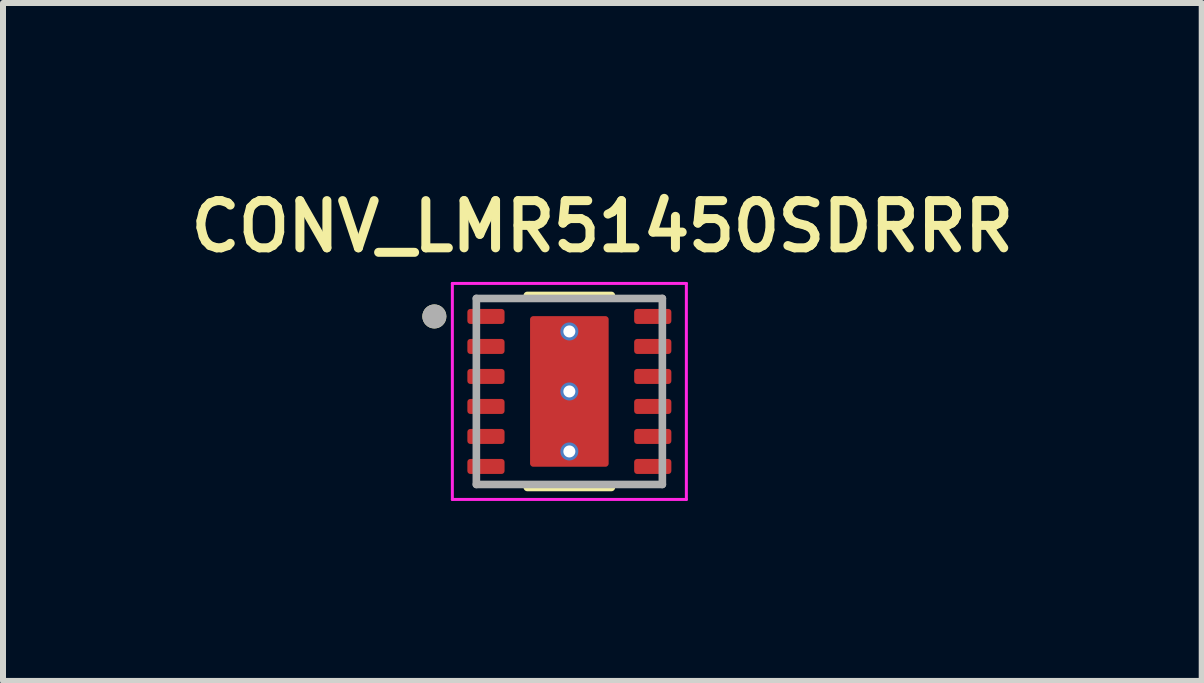
<source format=kicad_pcb>
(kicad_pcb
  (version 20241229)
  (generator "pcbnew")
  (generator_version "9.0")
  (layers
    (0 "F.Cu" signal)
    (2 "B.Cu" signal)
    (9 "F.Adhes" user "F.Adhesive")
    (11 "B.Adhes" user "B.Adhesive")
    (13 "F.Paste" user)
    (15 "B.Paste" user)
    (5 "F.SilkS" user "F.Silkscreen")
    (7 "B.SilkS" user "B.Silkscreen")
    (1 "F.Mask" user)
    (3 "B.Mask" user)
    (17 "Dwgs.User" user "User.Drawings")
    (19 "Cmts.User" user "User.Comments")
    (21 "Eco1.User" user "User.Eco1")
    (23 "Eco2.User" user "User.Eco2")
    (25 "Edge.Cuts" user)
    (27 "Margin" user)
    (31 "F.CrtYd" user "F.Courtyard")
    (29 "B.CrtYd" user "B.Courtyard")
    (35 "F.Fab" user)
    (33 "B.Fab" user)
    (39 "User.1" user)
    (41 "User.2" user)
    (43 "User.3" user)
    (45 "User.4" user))
  (footprint "CONV_LMR51450SDRRR"
    (layer "F.Cu")
    (at 6.439 3.474)
    (property "Reference" "CONV_LMR51450SDRRR" (at 0.55 -2.75 0) (layer "F.SilkS") (effects (font (size 0.787 0.787) (thickness 0.15))))
    (attr smd)
    (fp_poly (pts (xy -1.645 -0.94) (xy -1.135 -0.94) (xy -1.129 -0.94) (xy -1.122 -0.939) (xy -1.116 -0.939) (xy -1.11 -0.937) (xy -1.104 -0.936) (xy -1.098 -0.934) (xy -1.092 -0.932) (xy -1.086 -0.93) (xy -1.081 -0.927) (xy -1.075 -0.924) (xy -1.07 -0.921) (xy -1.064 -0.917) (xy -1.059 -0.913) (xy -1.055 -0.909) (xy -1.05 -0.905) (xy -1.046 -0.9) (xy -1.042 -0.896) (xy -1.038 -0.891) (xy -1.034 -0.885) (xy -1.031 -0.88) (xy -1.028 -0.874) (xy -1.025 -0.869) (xy -1.023 -0.863) (xy -1.021 -0.857) (xy -1.019 -0.851) (xy -1.018 -0.845) (xy -1.016 -0.839) (xy -1.016 -0.833) (xy -1.015 -0.826) (xy -1.015 -0.82) (xy -1.015 -0.68) (xy -1.015 -0.674) (xy -1.016 -0.667) (xy -1.016 -0.661) (xy -1.018 -0.655) (xy -1.019 -0.649) (xy -1.021 -0.643) (xy -1.023 -0.637) (xy -1.025 -0.631) (xy -1.028 -0.626) (xy -1.031 -0.62) (xy -1.034 -0.615) (xy -1.038 -0.609) (xy -1.042 -0.604) (xy -1.046 -0.6) (xy -1.05 -0.595) (xy -1.055 -0.591) (xy -1.059 -0.587) (xy -1.064 -0.583) (xy -1.07 -0.579) (xy -1.075 -0.576) (xy -1.081 -0.573) (xy -1.086 -0.57) (xy -1.092 -0.568) (xy -1.098 -0.566) (xy -1.104 -0.564) (xy -1.11 -0.563) (xy -1.116 -0.561) (xy -1.122 -0.561) (xy -1.129 -0.56) (xy -1.135 -0.56) (xy -1.645 -0.56) (xy -1.651 -0.56) (xy -1.658 -0.561) (xy -1.664 -0.561) (xy -1.67 -0.563) (xy -1.676 -0.564) (xy -1.682 -0.566) (xy -1.688 -0.568) (xy -1.694 -0.57) (xy -1.699 -0.573) (xy -1.705 -0.576) (xy -1.71 -0.579) (xy -1.716 -0.583) (xy -1.721 -0.587) (xy -1.725 -0.591) (xy -1.73 -0.595) (xy -1.734 -0.6) (xy -1.738 -0.604) (xy -1.742 -0.609) (xy -1.746 -0.615) (xy -1.749 -0.62) (xy -1.752 -0.626) (xy -1.755 -0.631) (xy -1.757 -0.637) (xy -1.759 -0.643) (xy -1.761 -0.649) (xy -1.762 -0.655) (xy -1.764 -0.661) (xy -1.764 -0.667) (xy -1.765 -0.674) (xy -1.765 -0.68) (xy -1.765 -0.82) (xy -1.765 -0.826) (xy -1.764 -0.833) (xy -1.764 -0.839) (xy -1.762 -0.845) (xy -1.761 -0.851) (xy -1.759 -0.857) (xy -1.757 -0.863) (xy -1.755 -0.869) (xy -1.752 -0.874) (xy -1.749 -0.88) (xy -1.746 -0.885) (xy -1.742 -0.891) (xy -1.738 -0.896) (xy -1.734 -0.9) (xy -1.73 -0.905) (xy -1.725 -0.909) (xy -1.721 -0.913) (xy -1.716 -0.917) (xy -1.71 -0.921) (xy -1.705 -0.924) (xy -1.699 -0.927) (xy -1.694 -0.93) (xy -1.688 -0.932) (xy -1.682 -0.934) (xy -1.676 -0.936) (xy -1.67 -0.937) (xy -1.664 -0.939) (xy -1.658 -0.939) (xy -1.651 -0.94) (xy -1.645 -0.94)) (stroke (width 0.01) (type solid)) (fill yes) (layer "F.Mask"))
    (fp_poly (pts (xy -1.645 -0.44) (xy -1.135 -0.44) (xy -1.129 -0.44) (xy -1.122 -0.439) (xy -1.116 -0.439) (xy -1.11 -0.437) (xy -1.104 -0.436) (xy -1.098 -0.434) (xy -1.092 -0.432) (xy -1.086 -0.43) (xy -1.081 -0.427) (xy -1.075 -0.424) (xy -1.07 -0.421) (xy -1.064 -0.417) (xy -1.059 -0.413) (xy -1.055 -0.409) (xy -1.05 -0.405) (xy -1.046 -0.4) (xy -1.042 -0.396) (xy -1.038 -0.391) (xy -1.034 -0.385) (xy -1.031 -0.38) (xy -1.028 -0.374) (xy -1.025 -0.369) (xy -1.023 -0.363) (xy -1.021 -0.357) (xy -1.019 -0.351) (xy -1.018 -0.345) (xy -1.016 -0.339) (xy -1.016 -0.333) (xy -1.015 -0.326) (xy -1.015 -0.32) (xy -1.015 -0.18) (xy -1.015 -0.174) (xy -1.016 -0.167) (xy -1.016 -0.161) (xy -1.018 -0.155) (xy -1.019 -0.149) (xy -1.021 -0.143) (xy -1.023 -0.137) (xy -1.025 -0.131) (xy -1.028 -0.126) (xy -1.031 -0.12) (xy -1.034 -0.115) (xy -1.038 -0.109) (xy -1.042 -0.104) (xy -1.046 -0.1) (xy -1.05 -0.095) (xy -1.055 -0.091) (xy -1.059 -0.087) (xy -1.064 -0.083) (xy -1.07 -0.079) (xy -1.075 -0.076) (xy -1.081 -0.073) (xy -1.086 -0.07) (xy -1.092 -0.068) (xy -1.098 -0.066) (xy -1.104 -0.064) (xy -1.11 -0.063) (xy -1.116 -0.061) (xy -1.122 -0.061) (xy -1.129 -0.06) (xy -1.135 -0.06) (xy -1.645 -0.06) (xy -1.651 -0.06) (xy -1.658 -0.061) (xy -1.664 -0.061) (xy -1.67 -0.063) (xy -1.676 -0.064) (xy -1.682 -0.066) (xy -1.688 -0.068) (xy -1.694 -0.07) (xy -1.699 -0.073) (xy -1.705 -0.076) (xy -1.71 -0.079) (xy -1.716 -0.083) (xy -1.721 -0.087) (xy -1.725 -0.091) (xy -1.73 -0.095) (xy -1.734 -0.1) (xy -1.738 -0.104) (xy -1.742 -0.109) (xy -1.746 -0.115) (xy -1.749 -0.12) (xy -1.752 -0.126) (xy -1.755 -0.131) (xy -1.757 -0.137) (xy -1.759 -0.143) (xy -1.761 -0.149) (xy -1.762 -0.155) (xy -1.764 -0.161) (xy -1.764 -0.167) (xy -1.765 -0.174) (xy -1.765 -0.18) (xy -1.765 -0.32) (xy -1.765 -0.326) (xy -1.764 -0.333) (xy -1.764 -0.339) (xy -1.762 -0.345) (xy -1.761 -0.351) (xy -1.759 -0.357) (xy -1.757 -0.363) (xy -1.755 -0.369) (xy -1.752 -0.374) (xy -1.749 -0.38) (xy -1.746 -0.385) (xy -1.742 -0.391) (xy -1.738 -0.396) (xy -1.734 -0.4) (xy -1.73 -0.405) (xy -1.725 -0.409) (xy -1.721 -0.413) (xy -1.716 -0.417) (xy -1.71 -0.421) (xy -1.705 -0.424) (xy -1.699 -0.427) (xy -1.694 -0.43) (xy -1.688 -0.432) (xy -1.682 -0.434) (xy -1.676 -0.436) (xy -1.67 -0.437) (xy -1.664 -0.439) (xy -1.658 -0.439) (xy -1.651 -0.44) (xy -1.645 -0.44)) (stroke (width 0.01) (type solid)) (fill yes) (layer "F.Mask"))
    (fp_poly (pts (xy -1.645 0.56) (xy -1.135 0.56) (xy -1.129 0.56) (xy -1.122 0.561) (xy -1.116 0.561) (xy -1.11 0.563) (xy -1.104 0.564) (xy -1.098 0.566) (xy -1.092 0.568) (xy -1.086 0.57) (xy -1.081 0.573) (xy -1.075 0.576) (xy -1.07 0.579) (xy -1.064 0.583) (xy -1.059 0.587) (xy -1.055 0.591) (xy -1.05 0.595) (xy -1.046 0.6) (xy -1.042 0.604) (xy -1.038 0.609) (xy -1.034 0.615) (xy -1.031 0.62) (xy -1.028 0.626) (xy -1.025 0.631) (xy -1.023 0.637) (xy -1.021 0.643) (xy -1.019 0.649) (xy -1.018 0.655) (xy -1.016 0.661) (xy -1.016 0.667) (xy -1.015 0.674) (xy -1.015 0.68) (xy -1.015 0.82) (xy -1.015 0.826) (xy -1.016 0.833) (xy -1.016 0.839) (xy -1.018 0.845) (xy -1.019 0.851) (xy -1.021 0.857) (xy -1.023 0.863) (xy -1.025 0.869) (xy -1.028 0.874) (xy -1.031 0.88) (xy -1.034 0.885) (xy -1.038 0.891) (xy -1.042 0.896) (xy -1.046 0.9) (xy -1.05 0.905) (xy -1.055 0.909) (xy -1.059 0.913) (xy -1.064 0.917) (xy -1.07 0.921) (xy -1.075 0.924) (xy -1.081 0.927) (xy -1.086 0.93) (xy -1.092 0.932) (xy -1.098 0.934) (xy -1.104 0.936) (xy -1.11 0.937) (xy -1.116 0.939) (xy -1.122 0.939) (xy -1.129 0.94) (xy -1.135 0.94) (xy -1.645 0.94) (xy -1.651 0.94) (xy -1.658 0.939) (xy -1.664 0.939) (xy -1.67 0.937) (xy -1.676 0.936) (xy -1.682 0.934) (xy -1.688 0.932) (xy -1.694 0.93) (xy -1.699 0.927) (xy -1.705 0.924) (xy -1.71 0.921) (xy -1.716 0.917) (xy -1.721 0.913) (xy -1.725 0.909) (xy -1.73 0.905) (xy -1.734 0.9) (xy -1.738 0.896) (xy -1.742 0.891) (xy -1.746 0.885) (xy -1.749 0.88) (xy -1.752 0.874) (xy -1.755 0.869) (xy -1.757 0.863) (xy -1.759 0.857) (xy -1.761 0.851) (xy -1.762 0.845) (xy -1.764 0.839) (xy -1.764 0.833) (xy -1.765 0.826) (xy -1.765 0.82) (xy -1.765 0.68) (xy -1.765 0.674) (xy -1.764 0.667) (xy -1.764 0.661) (xy -1.762 0.655) (xy -1.761 0.649) (xy -1.759 0.643) (xy -1.757 0.637) (xy -1.755 0.631) (xy -1.752 0.626) (xy -1.749 0.62) (xy -1.746 0.615) (xy -1.742 0.609) (xy -1.738 0.604) (xy -1.734 0.6) (xy -1.73 0.595) (xy -1.725 0.591) (xy -1.721 0.587) (xy -1.716 0.583) (xy -1.71 0.579) (xy -1.705 0.576) (xy -1.699 0.573) (xy -1.694 0.57) (xy -1.688 0.568) (xy -1.682 0.566) (xy -1.676 0.564) (xy -1.67 0.563) (xy -1.664 0.561) (xy -1.658 0.561) (xy -1.651 0.56) (xy -1.645 0.56)) (stroke (width 0.01) (type solid)) (fill yes) (layer "F.Mask"))
    (fp_poly (pts (xy -1.645 1.06) (xy -1.135 1.06) (xy -1.129 1.06) (xy -1.122 1.061) (xy -1.116 1.061) (xy -1.11 1.063) (xy -1.104 1.064) (xy -1.098 1.066) (xy -1.092 1.068) (xy -1.086 1.07) (xy -1.081 1.073) (xy -1.075 1.076) (xy -1.07 1.079) (xy -1.064 1.083) (xy -1.059 1.087) (xy -1.055 1.091) (xy -1.05 1.095) (xy -1.046 1.1) (xy -1.042 1.104) (xy -1.038 1.109) (xy -1.034 1.115) (xy -1.031 1.12) (xy -1.028 1.126) (xy -1.025 1.131) (xy -1.023 1.137) (xy -1.021 1.143) (xy -1.019 1.149) (xy -1.018 1.155) (xy -1.016 1.161) (xy -1.016 1.167) (xy -1.015 1.174) (xy -1.015 1.18) (xy -1.015 1.32) (xy -1.015 1.326) (xy -1.016 1.333) (xy -1.016 1.339) (xy -1.018 1.345) (xy -1.019 1.351) (xy -1.021 1.357) (xy -1.023 1.363) (xy -1.025 1.369) (xy -1.028 1.374) (xy -1.031 1.38) (xy -1.034 1.385) (xy -1.038 1.391) (xy -1.042 1.396) (xy -1.046 1.4) (xy -1.05 1.405) (xy -1.055 1.409) (xy -1.059 1.413) (xy -1.064 1.417) (xy -1.07 1.421) (xy -1.075 1.424) (xy -1.081 1.427) (xy -1.086 1.43) (xy -1.092 1.432) (xy -1.098 1.434) (xy -1.104 1.436) (xy -1.11 1.437) (xy -1.116 1.439) (xy -1.122 1.439) (xy -1.129 1.44) (xy -1.135 1.44) (xy -1.645 1.44) (xy -1.651 1.44) (xy -1.658 1.439) (xy -1.664 1.439) (xy -1.67 1.437) (xy -1.676 1.436) (xy -1.682 1.434) (xy -1.688 1.432) (xy -1.694 1.43) (xy -1.699 1.427) (xy -1.705 1.424) (xy -1.71 1.421) (xy -1.716 1.417) (xy -1.721 1.413) (xy -1.725 1.409) (xy -1.73 1.405) (xy -1.734 1.4) (xy -1.738 1.396) (xy -1.742 1.391) (xy -1.746 1.385) (xy -1.749 1.38) (xy -1.752 1.374) (xy -1.755 1.369) (xy -1.757 1.363) (xy -1.759 1.357) (xy -1.761 1.351) (xy -1.762 1.345) (xy -1.764 1.339) (xy -1.764 1.333) (xy -1.765 1.326) (xy -1.765 1.32) (xy -1.765 1.18) (xy -1.765 1.174) (xy -1.764 1.167) (xy -1.764 1.161) (xy -1.762 1.155) (xy -1.761 1.149) (xy -1.759 1.143) (xy -1.757 1.137) (xy -1.755 1.131) (xy -1.752 1.126) (xy -1.749 1.12) (xy -1.746 1.115) (xy -1.742 1.109) (xy -1.738 1.104) (xy -1.734 1.1) (xy -1.73 1.095) (xy -1.725 1.091) (xy -1.721 1.087) (xy -1.716 1.083) (xy -1.71 1.079) (xy -1.705 1.076) (xy -1.699 1.073) (xy -1.694 1.07) (xy -1.688 1.068) (xy -1.682 1.066) (xy -1.676 1.064) (xy -1.67 1.063) (xy -1.664 1.061) (xy -1.658 1.061) (xy -1.651 1.06) (xy -1.645 1.06)) (stroke (width 0.01) (type solid)) (fill yes) (layer "F.Mask"))
    (fp_poly (pts (xy -1.015 -1.32) (xy -1.015 -1.18) (xy -1.015 -1.174) (xy -1.016 -1.167) (xy -1.016 -1.161) (xy -1.018 -1.155) (xy -1.019 -1.149) (xy -1.021 -1.143) (xy -1.023 -1.137) (xy -1.025 -1.131) (xy -1.028 -1.126) (xy -1.031 -1.12) (xy -1.034 -1.115) (xy -1.038 -1.109) (xy -1.042 -1.104) (xy -1.046 -1.1) (xy -1.05 -1.095) (xy -1.055 -1.091) (xy -1.059 -1.087) (xy -1.064 -1.083) (xy -1.07 -1.079) (xy -1.075 -1.076) (xy -1.081 -1.073) (xy -1.086 -1.07) (xy -1.092 -1.068) (xy -1.098 -1.066) (xy -1.104 -1.064) (xy -1.11 -1.063) (xy -1.116 -1.061) (xy -1.122 -1.061) (xy -1.129 -1.06) (xy -1.135 -1.06) (xy -1.645 -1.06) (xy -1.651 -1.06) (xy -1.658 -1.061) (xy -1.664 -1.061) (xy -1.67 -1.063) (xy -1.676 -1.064) (xy -1.682 -1.066) (xy -1.688 -1.068) (xy -1.694 -1.07) (xy -1.699 -1.073) (xy -1.705 -1.076) (xy -1.71 -1.079) (xy -1.716 -1.083) (xy -1.721 -1.087) (xy -1.725 -1.091) (xy -1.73 -1.095) (xy -1.734 -1.1) (xy -1.738 -1.104) (xy -1.742 -1.109) (xy -1.746 -1.115) (xy -1.749 -1.12) (xy -1.752 -1.126) (xy -1.755 -1.131) (xy -1.757 -1.137) (xy -1.759 -1.143) (xy -1.761 -1.149) (xy -1.762 -1.155) (xy -1.764 -1.161) (xy -1.764 -1.167) (xy -1.765 -1.174) (xy -1.765 -1.18) (xy -1.765 -1.32) (xy -1.765 -1.326) (xy -1.764 -1.333) (xy -1.764 -1.339) (xy -1.762 -1.345) (xy -1.761 -1.351) (xy -1.759 -1.357) (xy -1.757 -1.363) (xy -1.755 -1.369) (xy -1.752 -1.374) (xy -1.749 -1.38) (xy -1.746 -1.385) (xy -1.742 -1.391) (xy -1.738 -1.396) (xy -1.734 -1.4) (xy -1.73 -1.405) (xy -1.725 -1.409) (xy -1.721 -1.413) (xy -1.716 -1.417) (xy -1.71 -1.421) (xy -1.705 -1.424) (xy -1.699 -1.427) (xy -1.694 -1.43) (xy -1.688 -1.432) (xy -1.682 -1.434) (xy -1.676 -1.436) (xy -1.67 -1.437) (xy -1.664 -1.439) (xy -1.658 -1.439) (xy -1.651 -1.44) (xy -1.645 -1.44) (xy -1.135 -1.44) (xy -1.129 -1.44) (xy -1.122 -1.439) (xy -1.116 -1.439) (xy -1.11 -1.437) (xy -1.104 -1.436) (xy -1.098 -1.434) (xy -1.092 -1.432) (xy -1.086 -1.43) (xy -1.081 -1.427) (xy -1.075 -1.424) (xy -1.07 -1.421) (xy -1.064 -1.417) (xy -1.059 -1.413) (xy -1.055 -1.409) (xy -1.05 -1.405) (xy -1.046 -1.4) (xy -1.042 -1.396) (xy -1.038 -1.391) (xy -1.034 -1.385) (xy -1.031 -1.38) (xy -1.028 -1.374) (xy -1.025 -1.369) (xy -1.023 -1.363) (xy -1.021 -1.357) (xy -1.019 -1.351) (xy -1.018 -1.345) (xy -1.016 -1.339) (xy -1.016 -1.333) (xy -1.015 -1.326) (xy -1.015 -1.32)) (stroke (width 0.01) (type solid)) (fill yes) (layer "F.Mask"))
    (fp_poly (pts (xy -1.015 0.18) (xy -1.015 0.32) (xy -1.015 0.326) (xy -1.016 0.333) (xy -1.016 0.339) (xy -1.018 0.345) (xy -1.019 0.351) (xy -1.021 0.357) (xy -1.023 0.363) (xy -1.025 0.369) (xy -1.028 0.374) (xy -1.031 0.38) (xy -1.034 0.385) (xy -1.038 0.391) (xy -1.042 0.396) (xy -1.046 0.4) (xy -1.05 0.405) (xy -1.055 0.409) (xy -1.059 0.413) (xy -1.064 0.417) (xy -1.07 0.421) (xy -1.075 0.424) (xy -1.081 0.427) (xy -1.086 0.43) (xy -1.092 0.432) (xy -1.098 0.434) (xy -1.104 0.436) (xy -1.11 0.437) (xy -1.116 0.439) (xy -1.122 0.439) (xy -1.129 0.44) (xy -1.135 0.44) (xy -1.645 0.44) (xy -1.651 0.44) (xy -1.658 0.439) (xy -1.664 0.439) (xy -1.67 0.437) (xy -1.676 0.436) (xy -1.682 0.434) (xy -1.688 0.432) (xy -1.694 0.43) (xy -1.699 0.427) (xy -1.705 0.424) (xy -1.71 0.421) (xy -1.716 0.417) (xy -1.721 0.413) (xy -1.725 0.409) (xy -1.73 0.405) (xy -1.734 0.4) (xy -1.738 0.396) (xy -1.742 0.391) (xy -1.746 0.385) (xy -1.749 0.38) (xy -1.752 0.374) (xy -1.755 0.369) (xy -1.757 0.363) (xy -1.759 0.357) (xy -1.761 0.351) (xy -1.762 0.345) (xy -1.764 0.339) (xy -1.764 0.333) (xy -1.765 0.326) (xy -1.765 0.32) (xy -1.765 0.18) (xy -1.765 0.174) (xy -1.764 0.167) (xy -1.764 0.161) (xy -1.762 0.155) (xy -1.761 0.149) (xy -1.759 0.143) (xy -1.757 0.137) (xy -1.755 0.131) (xy -1.752 0.126) (xy -1.749 0.12) (xy -1.746 0.115) (xy -1.742 0.109) (xy -1.738 0.104) (xy -1.734 0.1) (xy -1.73 0.095) (xy -1.725 0.091) (xy -1.721 0.087) (xy -1.716 0.083) (xy -1.71 0.079) (xy -1.705 0.076) (xy -1.699 0.073) (xy -1.694 0.07) (xy -1.688 0.068) (xy -1.682 0.066) (xy -1.676 0.064) (xy -1.67 0.063) (xy -1.664 0.061) (xy -1.658 0.061) (xy -1.651 0.06) (xy -1.645 0.06) (xy -1.135 0.06) (xy -1.129 0.06) (xy -1.122 0.061) (xy -1.116 0.061) (xy -1.11 0.063) (xy -1.104 0.064) (xy -1.098 0.066) (xy -1.092 0.068) (xy -1.086 0.07) (xy -1.081 0.073) (xy -1.075 0.076) (xy -1.07 0.079) (xy -1.064 0.083) (xy -1.059 0.087) (xy -1.055 0.091) (xy -1.05 0.095) (xy -1.046 0.1) (xy -1.042 0.104) (xy -1.038 0.109) (xy -1.034 0.115) (xy -1.031 0.12) (xy -1.028 0.126) (xy -1.025 0.131) (xy -1.023 0.137) (xy -1.021 0.143) (xy -1.019 0.149) (xy -1.018 0.155) (xy -1.016 0.161) (xy -1.016 0.167) (xy -1.015 0.174) (xy -1.015 0.18)) (stroke (width 0.01) (type solid)) (fill yes) (layer "F.Mask"))
    (fp_poly (pts (xy -0.6 -1.32) (xy -0.606 -1.32) (xy -0.613 -1.319) (xy -0.619 -1.319) (xy -0.625 -1.317) (xy -0.631 -1.316) (xy -0.637 -1.314) (xy -0.643 -1.312) (xy -0.649 -1.31) (xy -0.654 -1.307) (xy -0.66 -1.304) (xy -0.665 -1.301) (xy -0.671 -1.297) (xy -0.676 -1.293) (xy -0.68 -1.289) (xy -0.685 -1.285) (xy -0.689 -1.28) (xy -0.693 -1.276) (xy -0.697 -1.271) (xy -0.701 -1.265) (xy -0.704 -1.26) (xy -0.707 -1.254) (xy -0.71 -1.249) (xy -0.712 -1.243) (xy -0.714 -1.237) (xy -0.716 -1.231) (xy -0.717 -1.225) (xy -0.719 -1.219) (xy -0.719 -1.213) (xy -0.72 -1.206) (xy -0.72 -1.2) (xy -0.72 1.2) (xy -0.72 1.206) (xy -0.719 1.213) (xy -0.719 1.219) (xy -0.717 1.225) (xy -0.716 1.231) (xy -0.714 1.237) (xy -0.712 1.243) (xy -0.71 1.249) (xy -0.707 1.254) (xy -0.704 1.26) (xy -0.701 1.265) (xy -0.697 1.271) (xy -0.693 1.276) (xy -0.689 1.28) (xy -0.685 1.285) (xy -0.68 1.289) (xy -0.676 1.293) (xy -0.671 1.297) (xy -0.665 1.301) (xy -0.66 1.304) (xy -0.654 1.307) (xy -0.649 1.31) (xy -0.643 1.312) (xy -0.637 1.314) (xy -0.631 1.316) (xy -0.625 1.317) (xy -0.619 1.319) (xy -0.613 1.319) (xy -0.606 1.32) (xy -0.6 1.32) (xy 0.6 1.32) (xy 0.606 1.32) (xy 0.613 1.319) (xy 0.619 1.319) (xy 0.625 1.317) (xy 0.631 1.316) (xy 0.637 1.314) (xy 0.643 1.312) (xy 0.649 1.31) (xy 0.654 1.307) (xy 0.66 1.304) (xy 0.665 1.301) (xy 0.671 1.297) (xy 0.676 1.293) (xy 0.68 1.289) (xy 0.685 1.285) (xy 0.689 1.28) (xy 0.693 1.276) (xy 0.697 1.271) (xy 0.701 1.265) (xy 0.704 1.26) (xy 0.707 1.254) (xy 0.71 1.249) (xy 0.712 1.243) (xy 0.714 1.237) (xy 0.716 1.231) (xy 0.717 1.225) (xy 0.719 1.219) (xy 0.719 1.213) (xy 0.72 1.206) (xy 0.72 1.2) (xy 0.72 -1.2) (xy 0.72 -1.206) (xy 0.719 -1.213) (xy 0.719 -1.219) (xy 0.717 -1.225) (xy 0.716 -1.231) (xy 0.714 -1.237) (xy 0.712 -1.243) (xy 0.71 -1.249) (xy 0.707 -1.254) (xy 0.704 -1.26) (xy 0.701 -1.265) (xy 0.697 -1.271) (xy 0.693 -1.276) (xy 0.689 -1.28) (xy 0.685 -1.285) (xy 0.68 -1.289) (xy 0.676 -1.293) (xy 0.671 -1.297) (xy 0.665 -1.301) (xy 0.66 -1.304) (xy 0.654 -1.307) (xy 0.649 -1.31) (xy 0.643 -1.312) (xy 0.637 -1.314) (xy 0.631 -1.316) (xy 0.625 -1.317) (xy 0.619 -1.319) (xy 0.613 -1.319) (xy 0.606 -1.32) (xy 0.6 -1.32) (xy -0.6 -1.32)) (stroke (width 0.01) (type solid)) (fill yes) (layer "F.Mask"))
    (fp_poly (pts (xy 1.015 -1.32) (xy 1.015 -1.18) (xy 1.015 -1.174) (xy 1.016 -1.167) (xy 1.016 -1.161) (xy 1.018 -1.155) (xy 1.019 -1.149) (xy 1.021 -1.143) (xy 1.023 -1.137) (xy 1.025 -1.131) (xy 1.028 -1.126) (xy 1.031 -1.12) (xy 1.034 -1.115) (xy 1.038 -1.109) (xy 1.042 -1.104) (xy 1.046 -1.1) (xy 1.05 -1.095) (xy 1.055 -1.091) (xy 1.059 -1.087) (xy 1.064 -1.083) (xy 1.07 -1.079) (xy 1.075 -1.076) (xy 1.081 -1.073) (xy 1.086 -1.07) (xy 1.092 -1.068) (xy 1.098 -1.066) (xy 1.104 -1.064) (xy 1.11 -1.063) (xy 1.116 -1.061) (xy 1.122 -1.061) (xy 1.129 -1.06) (xy 1.135 -1.06) (xy 1.645 -1.06) (xy 1.651 -1.06) (xy 1.658 -1.061) (xy 1.664 -1.061) (xy 1.67 -1.063) (xy 1.676 -1.064) (xy 1.682 -1.066) (xy 1.688 -1.068) (xy 1.694 -1.07) (xy 1.699 -1.073) (xy 1.705 -1.076) (xy 1.71 -1.079) (xy 1.716 -1.083) (xy 1.721 -1.087) (xy 1.725 -1.091) (xy 1.73 -1.095) (xy 1.734 -1.1) (xy 1.738 -1.104) (xy 1.742 -1.109) (xy 1.746 -1.115) (xy 1.749 -1.12) (xy 1.752 -1.126) (xy 1.755 -1.131) (xy 1.757 -1.137) (xy 1.759 -1.143) (xy 1.761 -1.149) (xy 1.762 -1.155) (xy 1.764 -1.161) (xy 1.764 -1.167) (xy 1.765 -1.174) (xy 1.765 -1.18) (xy 1.765 -1.32) (xy 1.765 -1.326) (xy 1.764 -1.333) (xy 1.764 -1.339) (xy 1.762 -1.345) (xy 1.761 -1.351) (xy 1.759 -1.357) (xy 1.757 -1.363) (xy 1.755 -1.369) (xy 1.752 -1.374) (xy 1.749 -1.38) (xy 1.746 -1.385) (xy 1.742 -1.391) (xy 1.738 -1.396) (xy 1.734 -1.4) (xy 1.73 -1.405) (xy 1.725 -1.409) (xy 1.721 -1.413) (xy 1.716 -1.417) (xy 1.71 -1.421) (xy 1.705 -1.424) (xy 1.699 -1.427) (xy 1.694 -1.43) (xy 1.688 -1.432) (xy 1.682 -1.434) (xy 1.676 -1.436) (xy 1.67 -1.437) (xy 1.664 -1.439) (xy 1.658 -1.439) (xy 1.651 -1.44) (xy 1.645 -1.44) (xy 1.135 -1.44) (xy 1.129 -1.44) (xy 1.122 -1.439) (xy 1.116 -1.439) (xy 1.11 -1.437) (xy 1.104 -1.436) (xy 1.098 -1.434) (xy 1.092 -1.432) (xy 1.086 -1.43) (xy 1.081 -1.427) (xy 1.075 -1.424) (xy 1.07 -1.421) (xy 1.064 -1.417) (xy 1.059 -1.413) (xy 1.055 -1.409) (xy 1.05 -1.405) (xy 1.046 -1.4) (xy 1.042 -1.396) (xy 1.038 -1.391) (xy 1.034 -1.385) (xy 1.031 -1.38) (xy 1.028 -1.374) (xy 1.025 -1.369) (xy 1.023 -1.363) (xy 1.021 -1.357) (xy 1.019 -1.351) (xy 1.018 -1.345) (xy 1.016 -1.339) (xy 1.016 -1.333) (xy 1.015 -1.326) (xy 1.015 -1.32)) (stroke (width 0.01) (type solid)) (fill yes) (layer "F.Mask"))
    (fp_poly (pts (xy 1.015 0.18) (xy 1.015 0.32) (xy 1.015 0.326) (xy 1.016 0.333) (xy 1.016 0.339) (xy 1.018 0.345) (xy 1.019 0.351) (xy 1.021 0.357) (xy 1.023 0.363) (xy 1.025 0.369) (xy 1.028 0.374) (xy 1.031 0.38) (xy 1.034 0.385) (xy 1.038 0.391) (xy 1.042 0.396) (xy 1.046 0.4) (xy 1.05 0.405) (xy 1.055 0.409) (xy 1.059 0.413) (xy 1.064 0.417) (xy 1.07 0.421) (xy 1.075 0.424) (xy 1.081 0.427) (xy 1.086 0.43) (xy 1.092 0.432) (xy 1.098 0.434) (xy 1.104 0.436) (xy 1.11 0.437) (xy 1.116 0.439) (xy 1.122 0.439) (xy 1.129 0.44) (xy 1.135 0.44) (xy 1.645 0.44) (xy 1.651 0.44) (xy 1.658 0.439) (xy 1.664 0.439) (xy 1.67 0.437) (xy 1.676 0.436) (xy 1.682 0.434) (xy 1.688 0.432) (xy 1.694 0.43) (xy 1.699 0.427) (xy 1.705 0.424) (xy 1.71 0.421) (xy 1.716 0.417) (xy 1.721 0.413) (xy 1.725 0.409) (xy 1.73 0.405) (xy 1.734 0.4) (xy 1.738 0.396) (xy 1.742 0.391) (xy 1.746 0.385) (xy 1.749 0.38) (xy 1.752 0.374) (xy 1.755 0.369) (xy 1.757 0.363) (xy 1.759 0.357) (xy 1.761 0.351) (xy 1.762 0.345) (xy 1.764 0.339) (xy 1.764 0.333) (xy 1.765 0.326) (xy 1.765 0.32) (xy 1.765 0.18) (xy 1.765 0.174) (xy 1.764 0.167) (xy 1.764 0.161) (xy 1.762 0.155) (xy 1.761 0.149) (xy 1.759 0.143) (xy 1.757 0.137) (xy 1.755 0.131) (xy 1.752 0.126) (xy 1.749 0.12) (xy 1.746 0.115) (xy 1.742 0.109) (xy 1.738 0.104) (xy 1.734 0.1) (xy 1.73 0.095) (xy 1.725 0.091) (xy 1.721 0.087) (xy 1.716 0.083) (xy 1.71 0.079) (xy 1.705 0.076) (xy 1.699 0.073) (xy 1.694 0.07) (xy 1.688 0.068) (xy 1.682 0.066) (xy 1.676 0.064) (xy 1.67 0.063) (xy 1.664 0.061) (xy 1.658 0.061) (xy 1.651 0.06) (xy 1.645 0.06) (xy 1.135 0.06) (xy 1.129 0.06) (xy 1.122 0.061) (xy 1.116 0.061) (xy 1.11 0.063) (xy 1.104 0.064) (xy 1.098 0.066) (xy 1.092 0.068) (xy 1.086 0.07) (xy 1.081 0.073) (xy 1.075 0.076) (xy 1.07 0.079) (xy 1.064 0.083) (xy 1.059 0.087) (xy 1.055 0.091) (xy 1.05 0.095) (xy 1.046 0.1) (xy 1.042 0.104) (xy 1.038 0.109) (xy 1.034 0.115) (xy 1.031 0.12) (xy 1.028 0.126) (xy 1.025 0.131) (xy 1.023 0.137) (xy 1.021 0.143) (xy 1.019 0.149) (xy 1.018 0.155) (xy 1.016 0.161) (xy 1.016 0.167) (xy 1.015 0.174) (xy 1.015 0.18)) (stroke (width 0.01) (type solid)) (fill yes) (layer "F.Mask"))
    (fp_poly (pts (xy 1.645 -0.94) (xy 1.135 -0.94) (xy 1.129 -0.94) (xy 1.122 -0.939) (xy 1.116 -0.939) (xy 1.11 -0.937) (xy 1.104 -0.936) (xy 1.098 -0.934) (xy 1.092 -0.932) (xy 1.086 -0.93) (xy 1.081 -0.927) (xy 1.075 -0.924) (xy 1.07 -0.921) (xy 1.064 -0.917) (xy 1.059 -0.913) (xy 1.055 -0.909) (xy 1.05 -0.905) (xy 1.046 -0.9) (xy 1.042 -0.896) (xy 1.038 -0.891) (xy 1.034 -0.885) (xy 1.031 -0.88) (xy 1.028 -0.874) (xy 1.025 -0.869) (xy 1.023 -0.863) (xy 1.021 -0.857) (xy 1.019 -0.851) (xy 1.018 -0.845) (xy 1.016 -0.839) (xy 1.016 -0.833) (xy 1.015 -0.826) (xy 1.015 -0.82) (xy 1.015 -0.68) (xy 1.015 -0.674) (xy 1.016 -0.667) (xy 1.016 -0.661) (xy 1.018 -0.655) (xy 1.019 -0.649) (xy 1.021 -0.643) (xy 1.023 -0.637) (xy 1.025 -0.631) (xy 1.028 -0.626) (xy 1.031 -0.62) (xy 1.034 -0.615) (xy 1.038 -0.609) (xy 1.042 -0.604) (xy 1.046 -0.6) (xy 1.05 -0.595) (xy 1.055 -0.591) (xy 1.059 -0.587) (xy 1.064 -0.583) (xy 1.07 -0.579) (xy 1.075 -0.576) (xy 1.081 -0.573) (xy 1.086 -0.57) (xy 1.092 -0.568) (xy 1.098 -0.566) (xy 1.104 -0.564) (xy 1.11 -0.563) (xy 1.116 -0.561) (xy 1.122 -0.561) (xy 1.129 -0.56) (xy 1.135 -0.56) (xy 1.645 -0.56) (xy 1.651 -0.56) (xy 1.658 -0.561) (xy 1.664 -0.561) (xy 1.67 -0.563) (xy 1.676 -0.564) (xy 1.682 -0.566) (xy 1.688 -0.568) (xy 1.694 -0.57) (xy 1.699 -0.573) (xy 1.705 -0.576) (xy 1.71 -0.579) (xy 1.716 -0.583) (xy 1.721 -0.587) (xy 1.725 -0.591) (xy 1.73 -0.595) (xy 1.734 -0.6) (xy 1.738 -0.604) (xy 1.742 -0.609) (xy 1.746 -0.615) (xy 1.749 -0.62) (xy 1.752 -0.626) (xy 1.755 -0.631) (xy 1.757 -0.637) (xy 1.759 -0.643) (xy 1.761 -0.649) (xy 1.762 -0.655) (xy 1.764 -0.661) (xy 1.764 -0.667) (xy 1.765 -0.674) (xy 1.765 -0.68) (xy 1.765 -0.82) (xy 1.765 -0.826) (xy 1.764 -0.833) (xy 1.764 -0.839) (xy 1.762 -0.845) (xy 1.761 -0.851) (xy 1.759 -0.857) (xy 1.757 -0.863) (xy 1.755 -0.869) (xy 1.752 -0.874) (xy 1.749 -0.88) (xy 1.746 -0.885) (xy 1.742 -0.891) (xy 1.738 -0.896) (xy 1.734 -0.9) (xy 1.73 -0.905) (xy 1.725 -0.909) (xy 1.721 -0.913) (xy 1.716 -0.917) (xy 1.71 -0.921) (xy 1.705 -0.924) (xy 1.699 -0.927) (xy 1.694 -0.93) (xy 1.688 -0.932) (xy 1.682 -0.934) (xy 1.676 -0.936) (xy 1.67 -0.937) (xy 1.664 -0.939) (xy 1.658 -0.939) (xy 1.651 -0.94) (xy 1.645 -0.94)) (stroke (width 0.01) (type solid)) (fill yes) (layer "F.Mask"))
    (fp_poly (pts (xy 1.645 -0.44) (xy 1.135 -0.44) (xy 1.129 -0.44) (xy 1.122 -0.439) (xy 1.116 -0.439) (xy 1.11 -0.437) (xy 1.104 -0.436) (xy 1.098 -0.434) (xy 1.092 -0.432) (xy 1.086 -0.43) (xy 1.081 -0.427) (xy 1.075 -0.424) (xy 1.07 -0.421) (xy 1.064 -0.417) (xy 1.059 -0.413) (xy 1.055 -0.409) (xy 1.05 -0.405) (xy 1.046 -0.4) (xy 1.042 -0.396) (xy 1.038 -0.391) (xy 1.034 -0.385) (xy 1.031 -0.38) (xy 1.028 -0.374) (xy 1.025 -0.369) (xy 1.023 -0.363) (xy 1.021 -0.357) (xy 1.019 -0.351) (xy 1.018 -0.345) (xy 1.016 -0.339) (xy 1.016 -0.333) (xy 1.015 -0.326) (xy 1.015 -0.32) (xy 1.015 -0.18) (xy 1.015 -0.174) (xy 1.016 -0.167) (xy 1.016 -0.161) (xy 1.018 -0.155) (xy 1.019 -0.149) (xy 1.021 -0.143) (xy 1.023 -0.137) (xy 1.025 -0.131) (xy 1.028 -0.126) (xy 1.031 -0.12) (xy 1.034 -0.115) (xy 1.038 -0.109) (xy 1.042 -0.104) (xy 1.046 -0.1) (xy 1.05 -0.095) (xy 1.055 -0.091) (xy 1.059 -0.087) (xy 1.064 -0.083) (xy 1.07 -0.079) (xy 1.075 -0.076) (xy 1.081 -0.073) (xy 1.086 -0.07) (xy 1.092 -0.068) (xy 1.098 -0.066) (xy 1.104 -0.064) (xy 1.11 -0.063) (xy 1.116 -0.061) (xy 1.122 -0.061) (xy 1.129 -0.06) (xy 1.135 -0.06) (xy 1.645 -0.06) (xy 1.651 -0.06) (xy 1.658 -0.061) (xy 1.664 -0.061) (xy 1.67 -0.063) (xy 1.676 -0.064) (xy 1.682 -0.066) (xy 1.688 -0.068) (xy 1.694 -0.07) (xy 1.699 -0.073) (xy 1.705 -0.076) (xy 1.71 -0.079) (xy 1.716 -0.083) (xy 1.721 -0.087) (xy 1.725 -0.091) (xy 1.73 -0.095) (xy 1.734 -0.1) (xy 1.738 -0.104) (xy 1.742 -0.109) (xy 1.746 -0.115) (xy 1.749 -0.12) (xy 1.752 -0.126) (xy 1.755 -0.131) (xy 1.757 -0.137) (xy 1.759 -0.143) (xy 1.761 -0.149) (xy 1.762 -0.155) (xy 1.764 -0.161) (xy 1.764 -0.167) (xy 1.765 -0.174) (xy 1.765 -0.18) (xy 1.765 -0.32) (xy 1.765 -0.326) (xy 1.764 -0.333) (xy 1.764 -0.339) (xy 1.762 -0.345) (xy 1.761 -0.351) (xy 1.759 -0.357) (xy 1.757 -0.363) (xy 1.755 -0.369) (xy 1.752 -0.374) (xy 1.749 -0.38) (xy 1.746 -0.385) (xy 1.742 -0.391) (xy 1.738 -0.396) (xy 1.734 -0.4) (xy 1.73 -0.405) (xy 1.725 -0.409) (xy 1.721 -0.413) (xy 1.716 -0.417) (xy 1.71 -0.421) (xy 1.705 -0.424) (xy 1.699 -0.427) (xy 1.694 -0.43) (xy 1.688 -0.432) (xy 1.682 -0.434) (xy 1.676 -0.436) (xy 1.67 -0.437) (xy 1.664 -0.439) (xy 1.658 -0.439) (xy 1.651 -0.44) (xy 1.645 -0.44)) (stroke (width 0.01) (type solid)) (fill yes) (layer "F.Mask"))
    (fp_poly (pts (xy 1.645 0.56) (xy 1.135 0.56) (xy 1.129 0.56) (xy 1.122 0.561) (xy 1.116 0.561) (xy 1.11 0.563) (xy 1.104 0.564) (xy 1.098 0.566) (xy 1.092 0.568) (xy 1.086 0.57) (xy 1.081 0.573) (xy 1.075 0.576) (xy 1.07 0.579) (xy 1.064 0.583) (xy 1.059 0.587) (xy 1.055 0.591) (xy 1.05 0.595) (xy 1.046 0.6) (xy 1.042 0.604) (xy 1.038 0.609) (xy 1.034 0.615) (xy 1.031 0.62) (xy 1.028 0.626) (xy 1.025 0.631) (xy 1.023 0.637) (xy 1.021 0.643) (xy 1.019 0.649) (xy 1.018 0.655) (xy 1.016 0.661) (xy 1.016 0.667) (xy 1.015 0.674) (xy 1.015 0.68) (xy 1.015 0.82) (xy 1.015 0.826) (xy 1.016 0.833) (xy 1.016 0.839) (xy 1.018 0.845) (xy 1.019 0.851) (xy 1.021 0.857) (xy 1.023 0.863) (xy 1.025 0.869) (xy 1.028 0.874) (xy 1.031 0.88) (xy 1.034 0.885) (xy 1.038 0.891) (xy 1.042 0.896) (xy 1.046 0.9) (xy 1.05 0.905) (xy 1.055 0.909) (xy 1.059 0.913) (xy 1.064 0.917) (xy 1.07 0.921) (xy 1.075 0.924) (xy 1.081 0.927) (xy 1.086 0.93) (xy 1.092 0.932) (xy 1.098 0.934) (xy 1.104 0.936) (xy 1.11 0.937) (xy 1.116 0.939) (xy 1.122 0.939) (xy 1.129 0.94) (xy 1.135 0.94) (xy 1.645 0.94) (xy 1.651 0.94) (xy 1.658 0.939) (xy 1.664 0.939) (xy 1.67 0.937) (xy 1.676 0.936) (xy 1.682 0.934) (xy 1.688 0.932) (xy 1.694 0.93) (xy 1.699 0.927) (xy 1.705 0.924) (xy 1.71 0.921) (xy 1.716 0.917) (xy 1.721 0.913) (xy 1.725 0.909) (xy 1.73 0.905) (xy 1.734 0.9) (xy 1.738 0.896) (xy 1.742 0.891) (xy 1.746 0.885) (xy 1.749 0.88) (xy 1.752 0.874) (xy 1.755 0.869) (xy 1.757 0.863) (xy 1.759 0.857) (xy 1.761 0.851) (xy 1.762 0.845) (xy 1.764 0.839) (xy 1.764 0.833) (xy 1.765 0.826) (xy 1.765 0.82) (xy 1.765 0.68) (xy 1.765 0.674) (xy 1.764 0.667) (xy 1.764 0.661) (xy 1.762 0.655) (xy 1.761 0.649) (xy 1.759 0.643) (xy 1.757 0.637) (xy 1.755 0.631) (xy 1.752 0.626) (xy 1.749 0.62) (xy 1.746 0.615) (xy 1.742 0.609) (xy 1.738 0.604) (xy 1.734 0.6) (xy 1.73 0.595) (xy 1.725 0.591) (xy 1.721 0.587) (xy 1.716 0.583) (xy 1.71 0.579) (xy 1.705 0.576) (xy 1.699 0.573) (xy 1.694 0.57) (xy 1.688 0.568) (xy 1.682 0.566) (xy 1.676 0.564) (xy 1.67 0.563) (xy 1.664 0.561) (xy 1.658 0.561) (xy 1.651 0.56) (xy 1.645 0.56)) (stroke (width 0.01) (type solid)) (fill yes) (layer "F.Mask"))
    (fp_poly (pts (xy 1.645 1.06) (xy 1.135 1.06) (xy 1.129 1.06) (xy 1.122 1.061) (xy 1.116 1.061) (xy 1.11 1.063) (xy 1.104 1.064) (xy 1.098 1.066) (xy 1.092 1.068) (xy 1.086 1.07) (xy 1.081 1.073) (xy 1.075 1.076) (xy 1.07 1.079) (xy 1.064 1.083) (xy 1.059 1.087) (xy 1.055 1.091) (xy 1.05 1.095) (xy 1.046 1.1) (xy 1.042 1.104) (xy 1.038 1.109) (xy 1.034 1.115) (xy 1.031 1.12) (xy 1.028 1.126) (xy 1.025 1.131) (xy 1.023 1.137) (xy 1.021 1.143) (xy 1.019 1.149) (xy 1.018 1.155) (xy 1.016 1.161) (xy 1.016 1.167) (xy 1.015 1.174) (xy 1.015 1.18) (xy 1.015 1.32) (xy 1.015 1.326) (xy 1.016 1.333) (xy 1.016 1.339) (xy 1.018 1.345) (xy 1.019 1.351) (xy 1.021 1.357) (xy 1.023 1.363) (xy 1.025 1.369) (xy 1.028 1.374) (xy 1.031 1.38) (xy 1.034 1.385) (xy 1.038 1.391) (xy 1.042 1.396) (xy 1.046 1.4) (xy 1.05 1.405) (xy 1.055 1.409) (xy 1.059 1.413) (xy 1.064 1.417) (xy 1.07 1.421) (xy 1.075 1.424) (xy 1.081 1.427) (xy 1.086 1.43) (xy 1.092 1.432) (xy 1.098 1.434) (xy 1.104 1.436) (xy 1.11 1.437) (xy 1.116 1.439) (xy 1.122 1.439) (xy 1.129 1.44) (xy 1.135 1.44) (xy 1.645 1.44) (xy 1.651 1.44) (xy 1.658 1.439) (xy 1.664 1.439) (xy 1.67 1.437) (xy 1.676 1.436) (xy 1.682 1.434) (xy 1.688 1.432) (xy 1.694 1.43) (xy 1.699 1.427) (xy 1.705 1.424) (xy 1.71 1.421) (xy 1.716 1.417) (xy 1.721 1.413) (xy 1.725 1.409) (xy 1.73 1.405) (xy 1.734 1.4) (xy 1.738 1.396) (xy 1.742 1.391) (xy 1.746 1.385) (xy 1.749 1.38) (xy 1.752 1.374) (xy 1.755 1.369) (xy 1.757 1.363) (xy 1.759 1.357) (xy 1.761 1.351) (xy 1.762 1.345) (xy 1.764 1.339) (xy 1.764 1.333) (xy 1.765 1.326) (xy 1.765 1.32) (xy 1.765 1.18) (xy 1.765 1.174) (xy 1.764 1.167) (xy 1.764 1.161) (xy 1.762 1.155) (xy 1.761 1.149) (xy 1.759 1.143) (xy 1.757 1.137) (xy 1.755 1.131) (xy 1.752 1.126) (xy 1.749 1.12) (xy 1.746 1.115) (xy 1.742 1.109) (xy 1.738 1.104) (xy 1.734 1.1) (xy 1.73 1.095) (xy 1.725 1.091) (xy 1.721 1.087) (xy 1.716 1.083) (xy 1.71 1.079) (xy 1.705 1.076) (xy 1.699 1.073) (xy 1.694 1.07) (xy 1.688 1.068) (xy 1.682 1.066) (xy 1.676 1.064) (xy 1.67 1.063) (xy 1.664 1.061) (xy 1.658 1.061) (xy 1.651 1.06) (xy 1.645 1.06)) (stroke (width 0.01) (type solid)) (fill yes) (layer "F.Mask"))
    (fp_line (start -0.7 -1.6) (end 0.7 -1.6) (stroke (width 0.127) (type solid)) (layer "F.SilkS"))
    (fp_line (start -0.7 1.6) (end 0.7 1.6) (stroke (width 0.127) (type solid)) (layer "F.SilkS"))
    (fp_circle (center -2.25 -1.25) (end -2.15 -1.25) (stroke (width 0.2) (type solid)) (fill no) (layer "F.SilkS"))
    (fp_poly (pts (xy -0.605 -0.15) (xy -0.605 -0.147) (xy -0.605 -0.145) (xy -0.604 -0.142) (xy -0.604 -0.14) (xy -0.603 -0.137) (xy -0.603 -0.135) (xy -0.602 -0.132) (xy -0.601 -0.13) (xy -0.6 -0.127) (xy -0.598 -0.125) (xy -0.597 -0.123) (xy -0.595 -0.121) (xy -0.594 -0.119) (xy -0.592 -0.117) (xy -0.59 -0.115) (xy -0.588 -0.113) (xy -0.586 -0.111) (xy -0.584 -0.11) (xy -0.582 -0.108) (xy -0.58 -0.107) (xy -0.578 -0.105) (xy -0.575 -0.104) (xy -0.573 -0.103) (xy -0.57 -0.102) (xy -0.568 -0.102) (xy -0.565 -0.101) (xy -0.563 -0.101) (xy -0.56 -0.1) (xy -0.558 -0.1) (xy -0.555 -0.1) (xy 0.555 -0.1) (xy 0.558 -0.1) (xy 0.56 -0.1) (xy 0.563 -0.101) (xy 0.565 -0.101) (xy 0.568 -0.102) (xy 0.57 -0.102) (xy 0.573 -0.103) (xy 0.575 -0.104) (xy 0.578 -0.105) (xy 0.58 -0.107) (xy 0.582 -0.108) (xy 0.584 -0.11) (xy 0.586 -0.111) (xy 0.588 -0.113) (xy 0.59 -0.115) (xy 0.592 -0.117) (xy 0.594 -0.119) (xy 0.595 -0.121) (xy 0.597 -0.123) (xy 0.598 -0.125) (xy 0.6 -0.127) (xy 0.601 -0.13) (xy 0.602 -0.132) (xy 0.603 -0.135) (xy 0.603 -0.137) (xy 0.604 -0.14) (xy 0.604 -0.142) (xy 0.605 -0.145) (xy 0.605 -0.147) (xy 0.605 -0.15) (xy 0.605 -1.15) (xy 0.605 -1.153) (xy 0.605 -1.155) (xy 0.604 -1.158) (xy 0.604 -1.16) (xy 0.603 -1.163) (xy 0.603 -1.165) (xy 0.602 -1.168) (xy 0.601 -1.17) (xy 0.6 -1.173) (xy 0.598 -1.175) (xy 0.597 -1.177) (xy 0.595 -1.179) (xy 0.594 -1.181) (xy 0.592 -1.183) (xy 0.59 -1.185) (xy 0.588 -1.187) (xy 0.586 -1.189) (xy 0.584 -1.19) (xy 0.582 -1.192) (xy 0.58 -1.193) (xy 0.578 -1.195) (xy 0.575 -1.196) (xy 0.573 -1.197) (xy 0.57 -1.198) (xy 0.568 -1.198) (xy 0.565 -1.199) (xy 0.563 -1.199) (xy 0.56 -1.2) (xy 0.558 -1.2) (xy 0.555 -1.2) (xy -0.555 -1.2) (xy -0.558 -1.2) (xy -0.56 -1.2) (xy -0.563 -1.199) (xy -0.565 -1.199) (xy -0.568 -1.198) (xy -0.57 -1.198) (xy -0.573 -1.197) (xy -0.575 -1.196) (xy -0.578 -1.195) (xy -0.58 -1.193) (xy -0.582 -1.192) (xy -0.584 -1.19) (xy -0.586 -1.189) (xy -0.588 -1.187) (xy -0.59 -1.185) (xy -0.592 -1.183) (xy -0.594 -1.181) (xy -0.595 -1.179) (xy -0.597 -1.177) (xy -0.598 -1.175) (xy -0.6 -1.173) (xy -0.601 -1.17) (xy -0.602 -1.168) (xy -0.603 -1.165) (xy -0.603 -1.163) (xy -0.604 -1.16) (xy -0.604 -1.158) (xy -0.605 -1.155) (xy -0.605 -1.153) (xy -0.605 -1.15) (xy -0.605 -0.15)) (stroke (width 0.01) (type solid)) (fill yes) (layer "F.Paste"))
    (fp_poly (pts (xy -0.555 0.1) (xy -0.558 0.1) (xy -0.56 0.1) (xy -0.563 0.101) (xy -0.565 0.101) (xy -0.568 0.102) (xy -0.57 0.102) (xy -0.573 0.103) (xy -0.575 0.104) (xy -0.578 0.105) (xy -0.58 0.107) (xy -0.582 0.108) (xy -0.584 0.11) (xy -0.586 0.111) (xy -0.588 0.113) (xy -0.59 0.115) (xy -0.592 0.117) (xy -0.594 0.119) (xy -0.595 0.121) (xy -0.597 0.123) (xy -0.598 0.125) (xy -0.6 0.127) (xy -0.601 0.13) (xy -0.602 0.132) (xy -0.603 0.135) (xy -0.603 0.137) (xy -0.604 0.14) (xy -0.604 0.142) (xy -0.605 0.145) (xy -0.605 0.147) (xy -0.605 0.15) (xy -0.605 1.15) (xy -0.605 1.153) (xy -0.605 1.155) (xy -0.604 1.158) (xy -0.604 1.16) (xy -0.603 1.163) (xy -0.603 1.165) (xy -0.602 1.168) (xy -0.601 1.17) (xy -0.6 1.173) (xy -0.598 1.175) (xy -0.597 1.177) (xy -0.595 1.179) (xy -0.594 1.181) (xy -0.592 1.183) (xy -0.59 1.185) (xy -0.588 1.187) (xy -0.586 1.189) (xy -0.584 1.19) (xy -0.582 1.192) (xy -0.58 1.193) (xy -0.578 1.195) (xy -0.575 1.196) (xy -0.573 1.197) (xy -0.57 1.198) (xy -0.568 1.198) (xy -0.565 1.199) (xy -0.563 1.199) (xy -0.56 1.2) (xy -0.558 1.2) (xy -0.555 1.2) (xy 0.555 1.2) (xy 0.558 1.2) (xy 0.56 1.2) (xy 0.563 1.199) (xy 0.565 1.199) (xy 0.568 1.198) (xy 0.57 1.198) (xy 0.573 1.197) (xy 0.575 1.196) (xy 0.578 1.195) (xy 0.58 1.193) (xy 0.582 1.192) (xy 0.584 1.19) (xy 0.586 1.189) (xy 0.588 1.187) (xy 0.59 1.185) (xy 0.592 1.183) (xy 0.594 1.181) (xy 0.595 1.179) (xy 0.597 1.177) (xy 0.598 1.175) (xy 0.6 1.173) (xy 0.601 1.17) (xy 0.602 1.168) (xy 0.603 1.165) (xy 0.603 1.163) (xy 0.604 1.16) (xy 0.604 1.158) (xy 0.605 1.155) (xy 0.605 1.153) (xy 0.605 1.15) (xy 0.605 0.15) (xy 0.605 0.147) (xy 0.605 0.145) (xy 0.604 0.142) (xy 0.604 0.14) (xy 0.603 0.137) (xy 0.603 0.135) (xy 0.602 0.132) (xy 0.601 0.13) (xy 0.6 0.127) (xy 0.598 0.125) (xy 0.597 0.123) (xy 0.595 0.121) (xy 0.594 0.119) (xy 0.592 0.117) (xy 0.59 0.115) (xy 0.588 0.113) (xy 0.586 0.111) (xy 0.584 0.11) (xy 0.582 0.108) (xy 0.58 0.107) (xy 0.578 0.105) (xy 0.575 0.104) (xy 0.573 0.103) (xy 0.57 0.102) (xy 0.568 0.102) (xy 0.565 0.101) (xy 0.563 0.101) (xy 0.56 0.1) (xy 0.558 0.1) (xy 0.555 0.1) (xy -0.555 0.1)) (stroke (width 0.01) (type solid)) (fill yes) (layer "F.Paste"))
    (fp_line (start -1.95 -1.8) (end -1.95 1.8) (stroke (width 0.05) (type solid)) (layer "F.CrtYd"))
    (fp_line (start -1.95 1.8) (end 1.95 1.8) (stroke (width 0.05) (type solid)) (layer "F.CrtYd"))
    (fp_line (start 1.95 -1.8) (end -1.95 -1.8) (stroke (width 0.05) (type solid)) (layer "F.CrtYd"))
    (fp_line (start 1.95 1.8) (end 1.95 -1.8) (stroke (width 0.05) (type solid)) (layer "F.CrtYd"))
    (fp_line (start -1.55 -1.55) (end -1.55 1.55) (stroke (width 0.127) (type solid)) (layer "F.Fab"))
    (fp_line (start -1.55 -1.55) (end 1.55 -1.55) (stroke (width 0.127) (type solid)) (layer "F.Fab"))
    (fp_line (start -1.55 1.55) (end 1.55 1.55) (stroke (width 0.127) (type solid)) (layer "F.Fab"))
    (fp_line (start 1.55 -1.55) (end 1.55 1.55) (stroke (width 0.127) (type solid)) (layer "F.Fab"))
    (fp_circle (center -2.25 -1.25) (end -2.15 -1.25) (stroke (width 0.2) (type solid)) (fill no) (layer "F.Fab"))
    (pad "1" smd roundrect (at -1.39 -1.25) (size 0.62 0.25) (layers "F.Cu" "F.Paste") (roundrect_rratio 0.2))
    (pad "2" smd roundrect (at -1.39 -0.75) (size 0.62 0.25) (layers "F.Cu" "F.Paste") (roundrect_rratio 0.2))
    (pad "3" smd roundrect (at -1.39 -0.25) (size 0.62 0.25) (layers "F.Cu" "F.Paste") (roundrect_rratio 0.2))
    (pad "4" smd roundrect (at -1.39 0.25) (size 0.62 0.25) (layers "F.Cu" "F.Paste") (roundrect_rratio 0.2))
    (pad "5" smd roundrect (at -1.39 0.75) (size 0.62 0.25) (layers "F.Cu" "F.Paste") (roundrect_rratio 0.2))
    (pad "6" smd roundrect (at -1.39 1.25) (size 0.62 0.25) (layers "F.Cu" "F.Paste") (roundrect_rratio 0.2))
    (pad "7" smd roundrect (at 1.39 1.25) (size 0.62 0.25) (layers "F.Cu" "F.Paste") (roundrect_rratio 0.2))
    (pad "8" smd roundrect (at 1.39 0.75) (size 0.62 0.25) (layers "F.Cu" "F.Paste") (roundrect_rratio 0.2))
    (pad "9" smd roundrect (at 1.39 0.25) (size 0.62 0.25) (layers "F.Cu" "F.Paste") (roundrect_rratio 0.2))
    (pad "10" smd roundrect (at 1.39 -0.25) (size 0.62 0.25) (layers "F.Cu" "F.Paste") (roundrect_rratio 0.2))
    (pad "11" smd roundrect (at 1.39 -0.75) (size 0.62 0.25) (layers "F.Cu" "F.Paste") (roundrect_rratio 0.2))
    (pad "12" smd roundrect (at 1.39 -1.25) (size 0.62 0.25) (layers "F.Cu" "F.Paste") (roundrect_rratio 0.2))
    (pad "13" smd custom (at 0 0) (size 0.5 0.5) (layers "F.Cu") (options (anchor rect)) (primitives (gr_poly (pts (xy -0.6 -1.25) (xy -0.603 -1.25) (xy -0.605 -1.25) (xy -0.608 -1.249) (xy -0.61 -1.249) (xy -0.613 -1.248) (xy -0.615 -1.248) (xy -0.618 -1.247) (xy -0.62 -1.246) (xy -0.623 -1.245) (xy -0.625 -1.243) (xy -0.627 -1.242) (xy -0.629 -1.24) (xy -0.631 -1.239) (xy -0.633 -1.237) (xy -0.635 -1.235) (xy -0.637 -1.233) (xy -0.639 -1.231) (xy -0.64 -1.229) (xy -0.642 -1.227) (xy -0.643 -1.225) (xy -0.645 -1.223) (xy -0.646 -1.22) (xy -0.647 -1.218) (xy -0.648 -1.215) (xy -0.648 -1.213) (xy -0.649 -1.21) (xy -0.649 -1.208) (xy -0.65 -1.205) (xy -0.65 -1.203) (xy -0.65 -1.2) (xy -0.65 1.2) (xy -0.65 1.203) (xy -0.65 1.205) (xy -0.649 1.208) (xy -0.649 1.21) (xy -0.648 1.213) (xy -0.648 1.215) (xy -0.647 1.218) (xy -0.646 1.22) (xy -0.645 1.223) (xy -0.643 1.225) (xy -0.642 1.227) (xy -0.64 1.229) (xy -0.639 1.231) (xy -0.637 1.233) (xy -0.635 1.235) (xy -0.633 1.237) (xy -0.631 1.239) (xy -0.629 1.24) (xy -0.627 1.242) (xy -0.625 1.243) (xy -0.623 1.245) (xy -0.62 1.246) (xy -0.618 1.247) (xy -0.615 1.248) (xy -0.613 1.248) (xy -0.61 1.249) (xy -0.608 1.249) (xy -0.605 1.25) (xy -0.603 1.25) (xy -0.6 1.25) (xy 0.6 1.25) (xy 0.603 1.25) (xy 0.605 1.25) (xy 0.608 1.249) (xy 0.61 1.249) (xy 0.613 1.248) (xy 0.615 1.248) (xy 0.618 1.247) (xy 0.62 1.246) (xy 0.623 1.245) (xy 0.625 1.243) (xy 0.627 1.242) (xy 0.629 1.24) (xy 0.631 1.239) (xy 0.633 1.237) (xy 0.635 1.235) (xy 0.637 1.233) (xy 0.639 1.231) (xy 0.64 1.229) (xy 0.642 1.227) (xy 0.643 1.225) (xy 0.645 1.223) (xy 0.646 1.22) (xy 0.647 1.218) (xy 0.648 1.215) (xy 0.648 1.213) (xy 0.649 1.21) (xy 0.649 1.208) (xy 0.65 1.205) (xy 0.65 1.203) (xy 0.65 1.2) (xy 0.65 -1.2) (xy 0.65 -1.203) (xy 0.65 -1.205) (xy 0.649 -1.208) (xy 0.649 -1.21) (xy 0.648 -1.213) (xy 0.648 -1.215) (xy 0.647 -1.218) (xy 0.646 -1.22) (xy 0.645 -1.223) (xy 0.643 -1.225) (xy 0.642 -1.227) (xy 0.64 -1.229) (xy 0.639 -1.231) (xy 0.637 -1.233) (xy 0.635 -1.235) (xy 0.633 -1.237) (xy 0.631 -1.239) (xy 0.629 -1.24) (xy 0.627 -1.242) (xy 0.625 -1.243) (xy 0.623 -1.245) (xy 0.62 -1.246) (xy 0.618 -1.247) (xy 0.615 -1.248) (xy 0.613 -1.248) (xy 0.61 -1.249) (xy 0.608 -1.249) (xy 0.605 -1.25) (xy 0.603 -1.25) (xy 0.6 -1.25) (xy -0.6 -1.25)) (width 0.01) (fill yes))))
    (pad "14" thru_hole circle (at 0 -1) (size 0.3 0.3) (drill 0.2) (layers "*.Cu"))
    (pad "15" thru_hole circle (at 0 0) (size 0.3 0.3) (drill 0.2) (layers "*.Cu"))
    (pad "16" thru_hole circle (at 0 1) (size 0.3 0.3) (drill 0.2) (layers "*.Cu")))
  (gr_rect
    (start -3 -3)
    (end 16.978 8.299)
    (stroke (width 0.1) (type default))
    (fill no)
    (layer "Edge.Cuts")))
</source>
